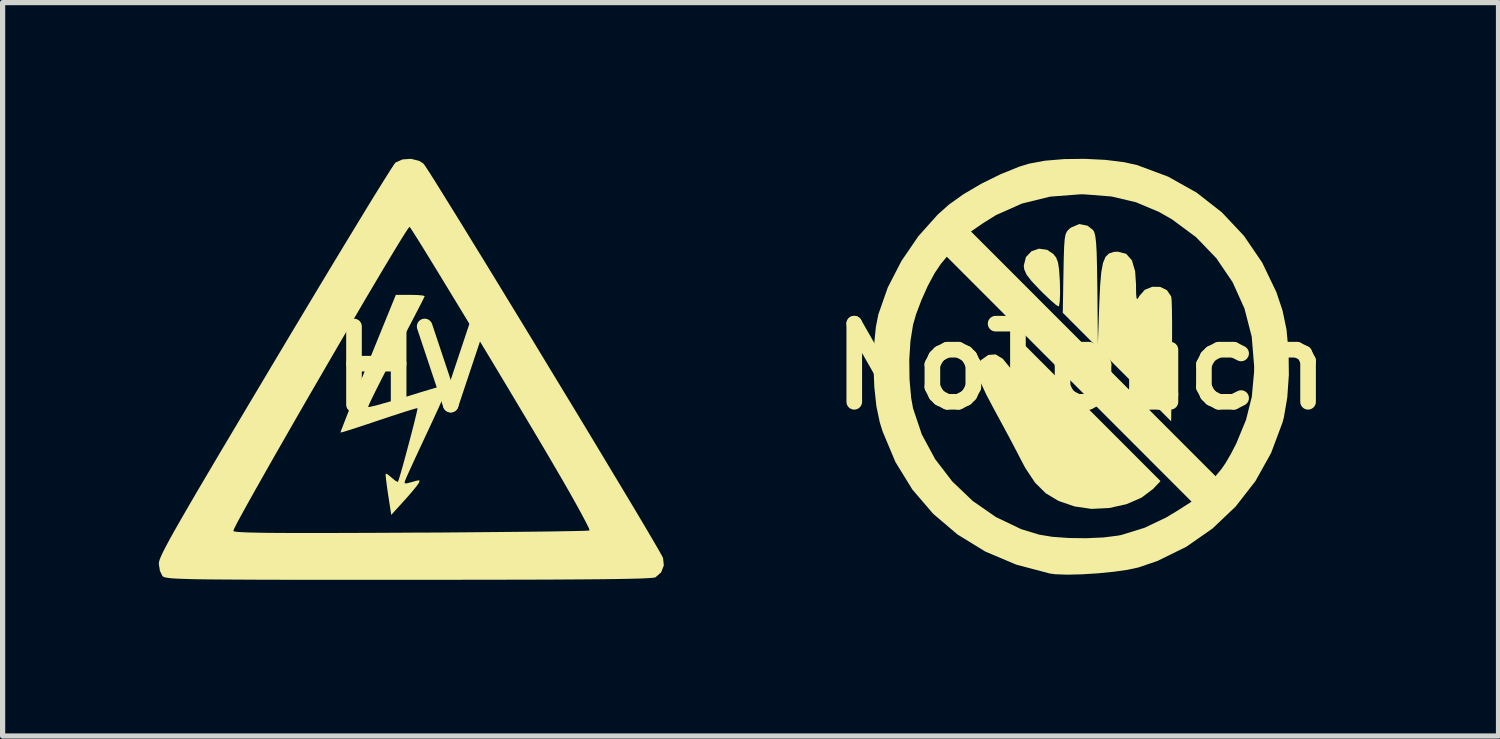
<source format=kicad_pcb>
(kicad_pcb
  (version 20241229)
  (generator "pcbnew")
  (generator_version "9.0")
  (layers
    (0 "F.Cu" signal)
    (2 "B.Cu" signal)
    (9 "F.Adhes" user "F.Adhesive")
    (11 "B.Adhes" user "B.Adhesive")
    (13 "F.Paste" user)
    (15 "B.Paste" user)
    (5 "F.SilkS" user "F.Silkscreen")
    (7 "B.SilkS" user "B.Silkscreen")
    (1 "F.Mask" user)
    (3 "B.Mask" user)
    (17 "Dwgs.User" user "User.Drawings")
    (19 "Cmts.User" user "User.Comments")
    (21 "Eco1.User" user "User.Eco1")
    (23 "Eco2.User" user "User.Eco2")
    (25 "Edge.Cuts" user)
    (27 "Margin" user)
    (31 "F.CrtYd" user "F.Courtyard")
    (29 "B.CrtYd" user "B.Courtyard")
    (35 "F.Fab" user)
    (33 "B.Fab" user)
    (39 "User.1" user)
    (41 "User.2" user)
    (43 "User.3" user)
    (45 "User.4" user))
  (footprint "NoTouch"
    (layer "F.Cu")
    (at 17.711 3.987)
    (property "Reference" "NoTouch" (at 0 0 0) (layer "F.SilkS") (effects (font (size 1.5 1.5) (thickness 0.3))))
    (attr board_only exclude_from_pos_files exclude_from_bom)
    (fp_poly (pts (xy -0.653 -2.24) (xy -0.534 -2.159) (xy -0.48 -2.091) (xy -0.445 -1.999) (xy -0.424 -1.861) (xy -0.41 -1.65) (xy -0.408 -1.602) (xy -0.405 -1.404) (xy -0.411 -1.25) (xy -0.425 -1.164) (xy -0.435 -1.152) (xy -0.488 -1.186) (xy -0.591 -1.275) (xy -0.727 -1.404) (xy -0.79 -1.467) (xy -0.951 -1.637) (xy -1.048 -1.762) (xy -1.093 -1.864) (xy -1.102 -1.935) (xy -1.061 -2.1) (xy -0.955 -2.212) (xy -0.81 -2.262)) (stroke (width 0) (type solid)) (fill yes) (layer "F.SilkS"))
    (fp_poly (pts (xy 0.224 0.9) (xy 1.524 2.201) (xy 1.383 2.35) (xy 1.158 2.52) (xy 0.868 2.645) (xy 0.54 2.718) (xy 0.199 2.735) (xy -0.125 2.688) (xy -0.431 2.584) (xy -0.678 2.437) (xy -0.885 2.232) (xy -1.072 1.951) (xy -1.158 1.789) (xy -1.242 1.626) (xy -1.359 1.403) (xy -1.496 1.148) (xy -1.637 0.888) (xy -1.659 0.848) (xy -1.817 0.55) (xy -1.924 0.322) (xy -1.982 0.151) (xy -1.996 0.026) (xy -1.969 -0.067) (xy -1.929 -0.118) (xy -1.785 -0.221) (xy -1.646 -0.232) (xy -1.506 -0.149) (xy -1.36 0.031) (xy -1.294 0.137) (xy -1.127 0.426) (xy -1.102 0.012) (xy -1.077 -0.402)) (stroke (width 0) (type solid)) (fill yes) (layer "F.SilkS"))
    (fp_poly (pts (xy 0.121 -2.703) (xy 0.225 -2.623) (xy 0.251 -2.581) (xy 0.271 -2.504) (xy 0.286 -2.381) (xy 0.297 -2.198) (xy 0.304 -1.944) (xy 0.309 -1.606) (xy 0.311 -1.487) (xy 0.321 -0.426) (xy 0.348 -1.21) (xy 0.364 -1.553) (xy 0.386 -1.808) (xy 0.419 -1.988) (xy 0.468 -2.105) (xy 0.536 -2.171) (xy 0.629 -2.2) (xy 0.706 -2.204) (xy 0.864 -2.163) (xy 0.974 -2.039) (xy 1.036 -1.829) (xy 1.053 -1.584) (xy 1.055 -1.404) (xy 1.063 -1.311) (xy 1.079 -1.293) (xy 1.109 -1.337) (xy 1.116 -1.352) (xy 1.221 -1.472) (xy 1.364 -1.53) (xy 1.516 -1.528) (xy 1.646 -1.466) (xy 1.727 -1.346) (xy 1.731 -1.331) (xy 1.738 -1.252) (xy 1.743 -1.089) (xy 1.746 -0.858) (xy 1.746 -0.574) (xy 1.744 -0.252) (xy 1.743 -0.087) (xy 1.728 1.053) (xy 0.687 0.011) (xy -0.353 -1.031) (xy -0.34 -1.8) (xy -0.334 -2.093) (xy -0.327 -2.302) (xy -0.316 -2.445) (xy -0.299 -2.537) (xy -0.272 -2.596) (xy -0.233 -2.637) (xy -0.194 -2.668) (xy -0.036 -2.735)) (stroke (width 0) (type solid)) (fill yes) (layer "F.SilkS"))
    (fp_poly (pts (xy 0.467 -3.967) (xy 0.828 -3.922) (xy 1.074 -3.867) (xy 1.67 -3.645) (xy 2.216 -3.339) (xy 2.703 -2.958) (xy 3.126 -2.508) (xy 3.476 -1.995) (xy 3.748 -1.428) (xy 3.867 -1.074) (xy 3.943 -0.709) (xy 3.983 -0.285) (xy 3.988 0.161) (xy 3.958 0.595) (xy 3.892 0.98) (xy 3.867 1.074) (xy 3.647 1.662) (xy 3.345 2.203) (xy 2.967 2.689) (xy 2.522 3.112) (xy 2.018 3.463) (xy 1.464 3.735) (xy 1.101 3.859) (xy 0.894 3.904) (xy 0.626 3.942) (xy 0.324 3.972) (xy 0.018 3.991) (xy -0.265 3.998) (xy -0.496 3.99) (xy -0.601 3.976) (xy -1.248 3.805) (xy -1.841 3.554) (xy -2.374 3.227) (xy -2.842 2.829) (xy -3.241 2.364) (xy -3.566 1.836) (xy -3.812 1.25) (xy -3.867 1.074) (xy -3.932 0.766) (xy -3.972 0.395) (xy -3.988 -0.005) (xy -3.985 -0.129) (xy -3.301 -0.129) (xy -3.296 0.249) (xy -3.265 0.6) (xy -3.229 0.802) (xy -3.06 1.305) (xy -2.805 1.778) (xy -2.475 2.208) (xy -2.082 2.583) (xy -1.637 2.892) (xy -1.152 3.124) (xy -0.809 3.229) (xy -0.554 3.271) (xy -0.238 3.294) (xy 0.103 3.298) (xy 0.431 3.283) (xy 0.709 3.248) (xy 0.777 3.234) (xy 1.217 3.098) (xy 1.634 2.899) (xy 1.835 2.778) (xy 2.12 2.596) (xy -0.23 0.245) (xy -2.58 -2.107) (xy -2.695 -1.968) (xy -2.815 -1.79) (xy -2.945 -1.548) (xy -3.068 -1.273) (xy -3.171 -1) (xy -3.228 -0.801) (xy -3.278 -0.492) (xy -3.301 -0.129) (xy -3.985 -0.129) (xy -3.978 -0.401) (xy -3.942 -0.76) (xy -3.894 -1.002) (xy -3.713 -1.518) (xy -3.451 -2.026) (xy -3.127 -2.5) (xy -3.045 -2.592) (xy -2.116 -2.592) (xy 0.232 -0.243) (xy 2.58 2.107) (xy 2.695 1.968) (xy 2.774 1.853) (xy 2.873 1.683) (xy 2.972 1.492) (xy 2.979 1.478) (xy 3.166 1.024) (xy 3.277 0.581) (xy 3.32 0.109) (xy 3.322 0) (xy 3.275 -0.573) (xy 3.135 -1.115) (xy 2.907 -1.62) (xy 2.596 -2.078) (xy 2.206 -2.483) (xy 1.744 -2.825) (xy 1.497 -2.966) (xy 1.053 -3.153) (xy 0.583 -3.264) (xy 0.062 -3.305) (xy -0.01 -3.306) (xy -0.597 -3.261) (xy -1.137 -3.128) (xy -1.635 -2.907) (xy -1.883 -2.752) (xy -2.116 -2.592) (xy -3.045 -2.592) (xy -2.755 -2.916) (xy -2.541 -3.107) (xy -2.258 -3.309) (xy -1.914 -3.511) (xy -1.546 -3.692) (xy -1.191 -3.836) (xy -1.002 -3.894) (xy -0.697 -3.951) (xy -0.329 -3.982) (xy 0.07 -3.987)) (stroke (width 0) (type solid)) (fill yes) (layer "F.SilkS")))
  (footprint "HV"
    (layer "F.Cu")
    (at 4.819 4.041)
    (property "Reference" "HV" (at 0 0 0) (layer "F.SilkS") (effects (font (size 1.5 1.5) (thickness 0.3))))
    (attr board_only exclude_from_pos_files exclude_from_bom)
    (fp_poly (pts (xy 0.147 -1.426) (xy 0.247 -1.417) (xy 0.286 -1.405) (xy 0.286 -1.404) (xy 0.267 -1.363) (xy 0.215 -1.259) (xy 0.134 -1.102) (xy 0.029 -0.9) (xy -0.095 -0.663) (xy -0.233 -0.401) (xy -0.267 -0.337) (xy -0.408 -0.071) (xy -0.534 0.172) (xy -0.64 0.382) (xy -0.723 0.55) (xy -0.778 0.666) (xy -0.8 0.722) (xy -0.799 0.725) (xy -0.756 0.72) (xy -0.647 0.694) (xy -0.485 0.649) (xy -0.282 0.591) (xy -0.05 0.521) (xy -0.032 0.515) (xy 0.202 0.443) (xy 0.409 0.381) (xy 0.576 0.331) (xy 0.691 0.298) (xy 0.741 0.285) (xy 0.742 0.285) (xy 0.733 0.321) (xy 0.694 0.419) (xy 0.629 0.571) (xy 0.542 0.765) (xy 0.438 0.99) (xy 0.381 1.113) (xy 0.265 1.361) (xy 0.157 1.592) (xy 0.064 1.793) (xy -0.008 1.951) (xy -0.054 2.053) (xy -0.064 2.075) (xy -0.095 2.151) (xy -0.099 2.188) (xy -0.059 2.191) (xy 0.037 2.166) (xy 0.116 2.143) (xy 0.182 2.131) (xy 0.185 2.16) (xy 0.168 2.191) (xy 0.122 2.255) (xy 0.036 2.359) (xy -0.074 2.486) (xy -0.115 2.531) (xy -0.356 2.796) (xy -0.416 2.408) (xy -0.44 2.241) (xy -0.457 2.106) (xy -0.464 2.022) (xy -0.462 2.004) (xy -0.427 2.017) (xy -0.359 2.072) (xy -0.347 2.083) (xy -0.275 2.142) (xy -0.231 2.162) (xy -0.228 2.161) (xy -0.211 2.117) (xy -0.179 2.01) (xy -0.135 1.856) (xy -0.084 1.67) (xy -0.03 1.468) (xy 0.024 1.264) (xy 0.073 1.075) (xy 0.112 0.916) (xy 0.139 0.802) (xy 0.148 0.748) (xy 0.148 0.746) (xy 0.107 0.755) (xy 0.001 0.786) (xy -0.158 0.836) (xy -0.358 0.901) (xy -0.586 0.977) (xy -0.593 0.979) (xy -0.821 1.056) (xy -1.021 1.122) (xy -1.181 1.173) (xy -1.288 1.205) (xy -1.33 1.215) (xy -1.331 1.215) (xy -1.318 1.176) (xy -1.278 1.07) (xy -1.214 0.906) (xy -1.129 0.693) (xy -1.027 0.438) (xy -0.912 0.151) (xy -0.804 -0.112) (xy -0.268 -1.429) (xy 0.009 -1.429)) (stroke (width 0) (type solid)) (fill yes) (layer "F.SilkS"))
    (fp_poly (pts (xy 0.18 -4.002) (xy 0.261 -3.951) (xy 0.294 -3.906) (xy 0.366 -3.796) (xy 0.473 -3.628) (xy 0.611 -3.406) (xy 0.778 -3.137) (xy 0.971 -2.826) (xy 1.184 -2.478) (xy 1.417 -2.1) (xy 1.664 -1.696) (xy 1.922 -1.273) (xy 2.189 -0.836) (xy 2.46 -0.39) (xy 2.732 0.059) (xy 3.003 0.505) (xy 3.268 0.942) (xy 3.524 1.366) (xy 3.767 1.77) (xy 3.995 2.149) (xy 4.204 2.497) (xy 4.39 2.808) (xy 4.55 3.078) (xy 4.681 3.301) (xy 4.779 3.47) (xy 4.841 3.58) (xy 4.863 3.623) (xy 4.878 3.766) (xy 4.827 3.899) (xy 4.72 3.993) (xy 4.712 3.997) (xy 4.669 4.004) (xy 4.575 4.011) (xy 4.426 4.018) (xy 4.22 4.023) (xy 3.955 4.028) (xy 3.627 4.032) (xy 3.235 4.035) (xy 2.774 4.038) (xy 2.244 4.04) (xy 1.641 4.041) (xy 0.962 4.042) (xy 0.205 4.043) (xy -0.036 4.043) (xy -0.752 4.043) (xy -1.39 4.043) (xy -1.956 4.042) (xy -2.453 4.042) (xy -2.886 4.041) (xy -3.261 4.039) (xy -3.58 4.037) (xy -3.849 4.035) (xy -4.072 4.032) (xy -4.254 4.028) (xy -4.399 4.023) (xy -4.511 4.018) (xy -4.595 4.012) (xy -4.656 4.004) (xy -4.698 3.996) (xy -4.726 3.987) (xy -4.743 3.976) (xy -4.751 3.968) (xy -4.798 3.872) (xy -4.819 3.739) (xy -4.819 3.73) (xy -4.815 3.698) (xy -4.802 3.652) (xy -4.777 3.59) (xy -4.738 3.507) (xy -4.683 3.4) (xy -4.61 3.264) (xy -4.521 3.103) (xy -3.389 3.103) (xy -3.375 3.113) (xy -3.328 3.121) (xy -3.245 3.127) (xy -3.12 3.133) (xy -2.951 3.137) (xy -2.731 3.141) (xy -2.457 3.143) (xy -2.125 3.144) (xy -1.729 3.144) (xy -1.266 3.143) (xy -0.732 3.141) (xy -0.12 3.138) (xy 0.019 3.137) (xy 0.539 3.135) (xy 1.036 3.131) (xy 1.503 3.127) (xy 1.935 3.123) (xy 2.324 3.119) (xy 2.666 3.115) (xy 2.954 3.11) (xy 3.183 3.106) (xy 3.345 3.102) (xy 3.435 3.097) (xy 3.452 3.095) (xy 3.44 3.054) (xy 3.39 2.953) (xy 3.31 2.8) (xy 3.203 2.605) (xy 3.076 2.378) (xy 2.938 2.137) (xy 2.802 1.904) (xy 2.642 1.63) (xy 2.461 1.324) (xy 2.263 0.992) (xy 2.053 0.64) (xy 1.834 0.274) (xy 1.611 -0.098) (xy 1.387 -0.469) (xy 1.167 -0.835) (xy 0.954 -1.186) (xy 0.752 -1.518) (xy 0.566 -1.824) (xy 0.399 -2.096) (xy 0.256 -2.329) (xy 0.14 -2.515) (xy 0.055 -2.649) (xy 0.006 -2.722) (xy -0.005 -2.735) (xy -0.033 -2.701) (xy -0.098 -2.602) (xy -0.196 -2.445) (xy -0.323 -2.236) (xy -0.476 -1.982) (xy -0.65 -1.689) (xy -0.843 -1.363) (xy -1.05 -1.01) (xy -1.267 -0.638) (xy -1.492 -0.252) (xy -1.72 0.141) (xy -1.948 0.534) (xy -2.172 0.922) (xy -2.387 1.298) (xy -2.592 1.655) (xy -2.781 1.988) (xy -2.951 2.289) (xy -3.099 2.553) (xy -3.22 2.772) (xy -3.312 2.941) (xy -3.369 3.054) (xy -3.389 3.103) (xy -3.389 3.103) (xy -4.521 3.103) (xy -4.516 3.095) (xy -4.399 2.89) (xy -4.257 2.644) (xy -4.088 2.354) (xy -3.888 2.015) (xy -3.657 1.624) (xy -3.391 1.177) (xy -3.089 0.669) (xy -2.748 0.097) (xy -2.591 -0.166) (xy -2.288 -0.674) (xy -1.995 -1.162) (xy -1.716 -1.627) (xy -1.453 -2.063) (xy -1.209 -2.466) (xy -0.987 -2.831) (xy -0.79 -3.155) (xy -0.62 -3.431) (xy -0.48 -3.655) (xy -0.374 -3.823) (xy -0.304 -3.93) (xy -0.274 -3.97) (xy -0.139 -4.03) (xy 0.024 -4.041)) (stroke (width 0) (type solid)) (fill yes) (layer "F.SilkS")))
  (gr_rect
    (start -3 -3)
    (end 25.725 11.083)
    (stroke (width 0.1) (type default))
    (fill no)
    (layer "Edge.Cuts")))
</source>
